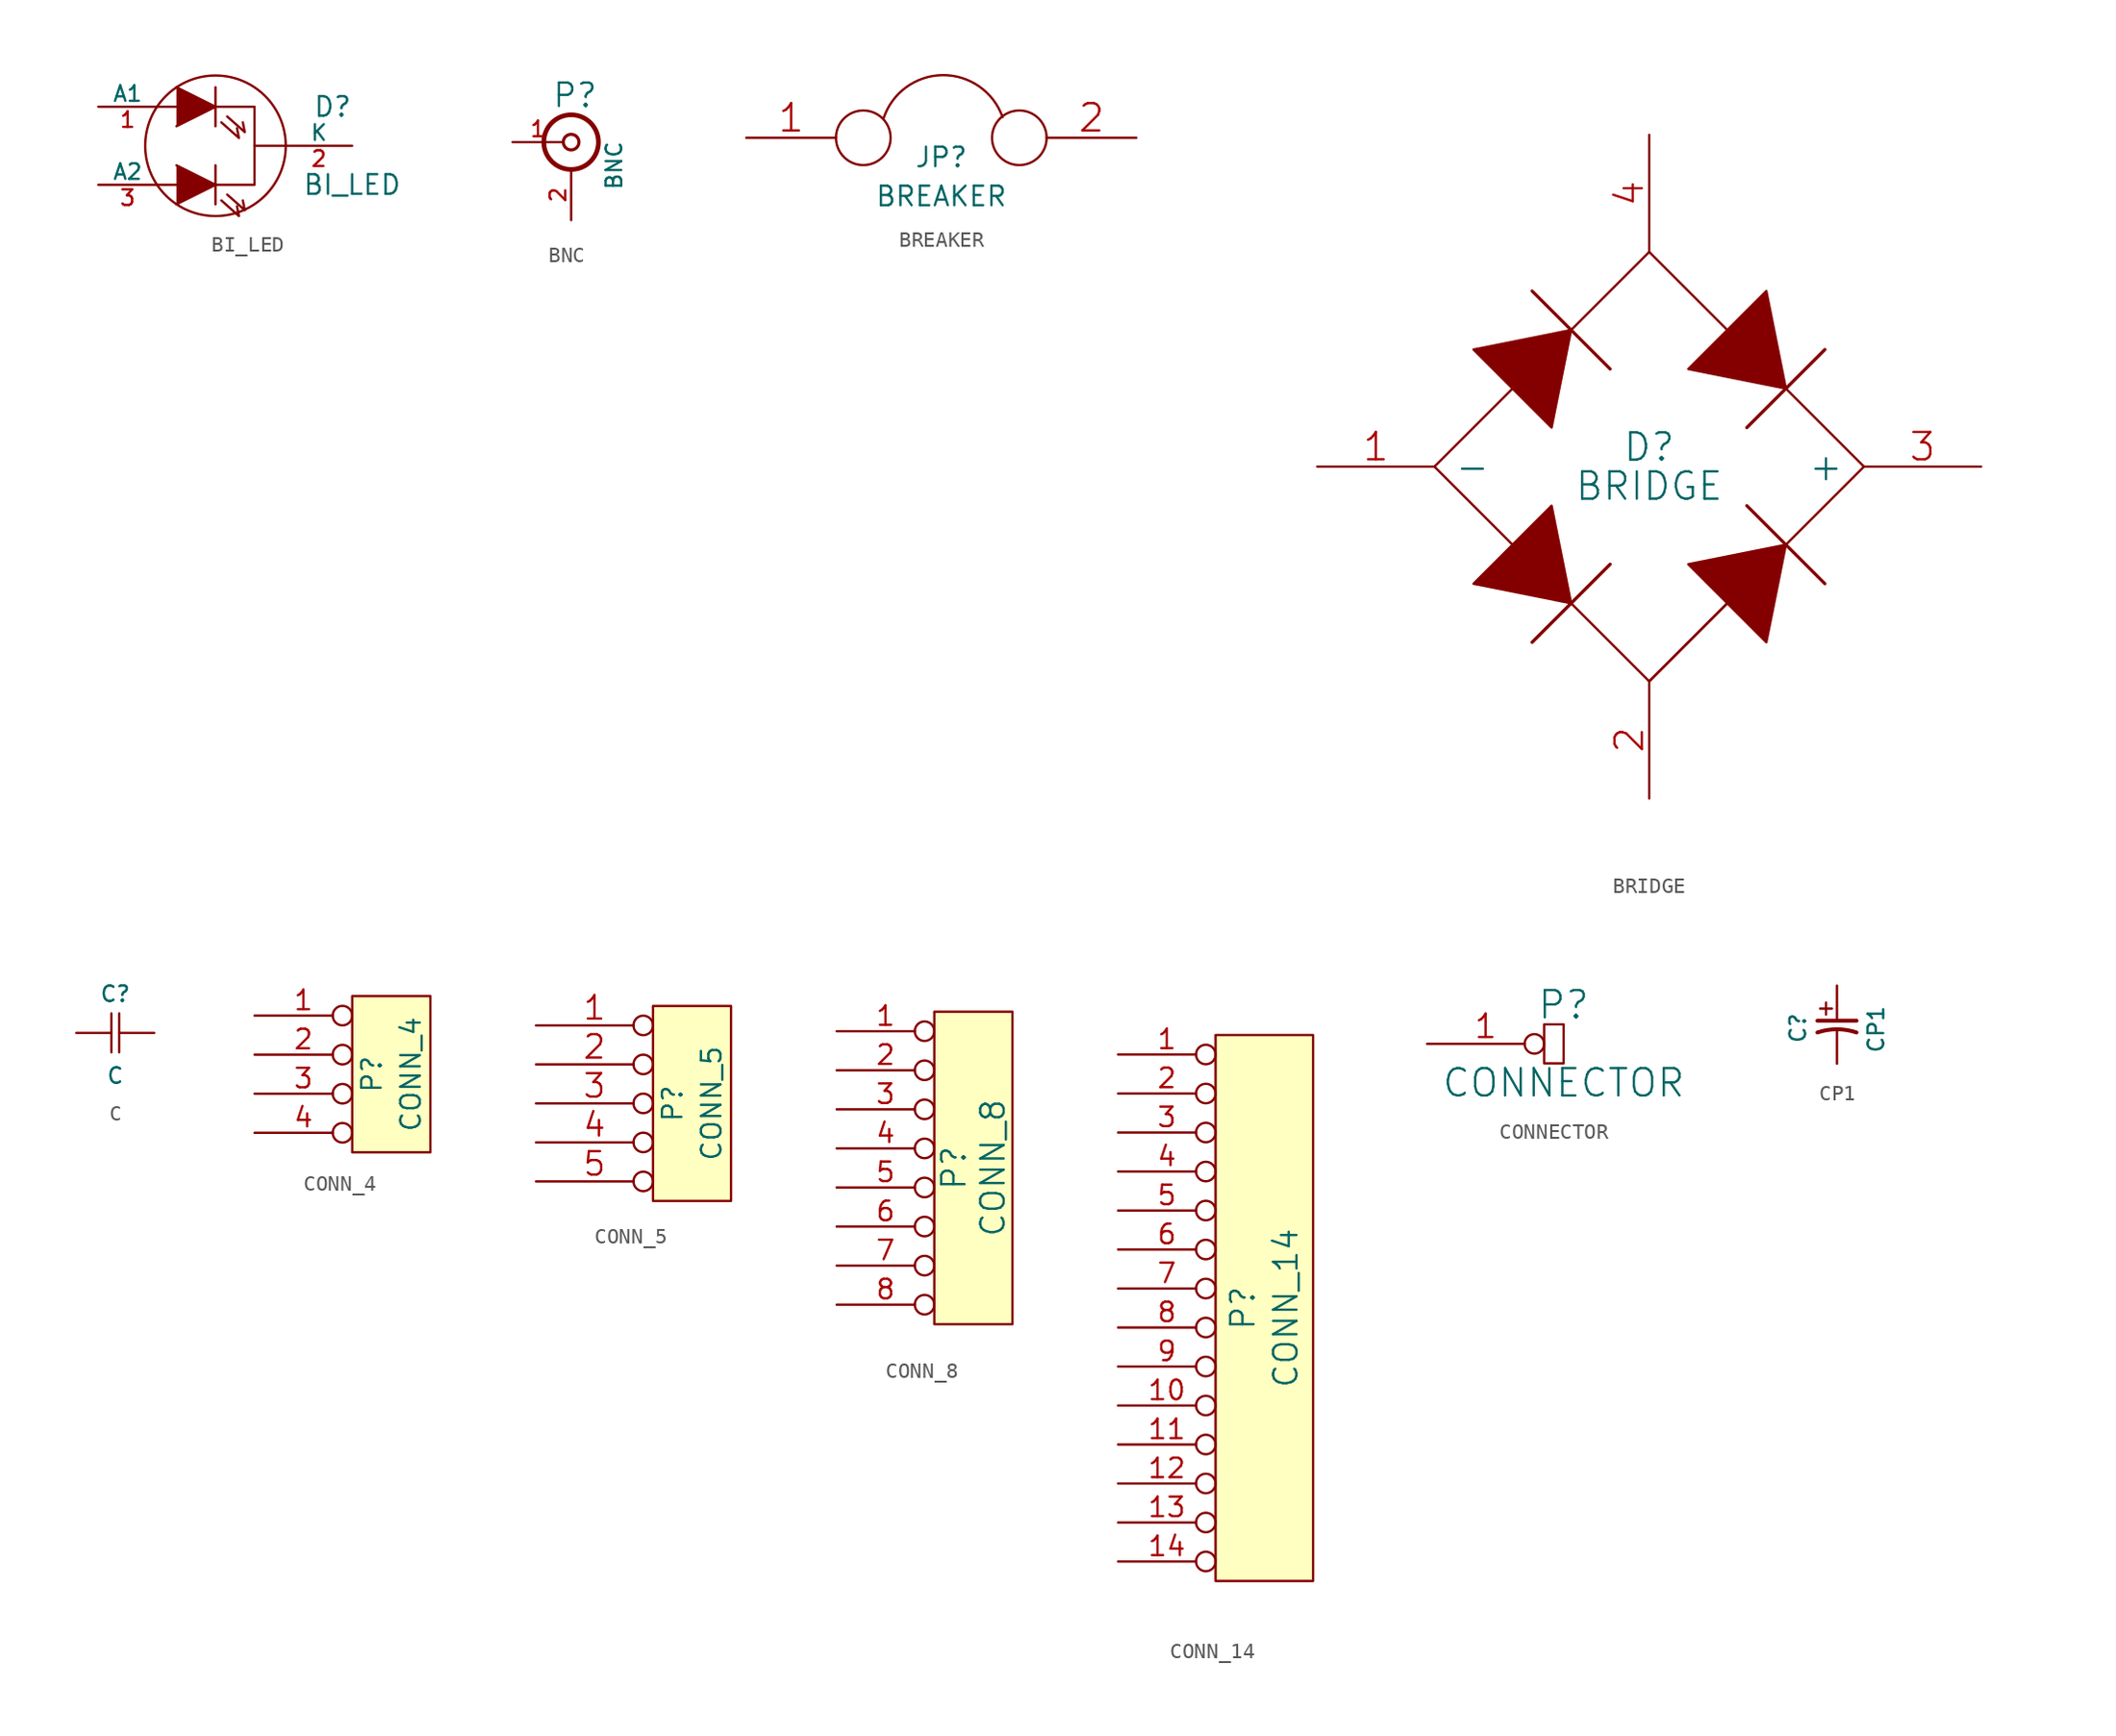
<source format=kicad_sym>
(kicad_symbol_lib
  (version 20231120)
  (generator "kicad_symbol_editor")
  (generator_version "8.0")
  (symbol "BI_LED"
    (pin_names
      (offset 0))
    (property "Reference" "D"
      (at 7.62 2.54 0)
      (effects (font (size 1.27 1.27))))
    (property "Value" "BI_LED"
      (at 8.89 -2.54 0)
      (effects (font (size 1.27 1.27))))
    (property "Footprint" ""
      (at 0 0 0)
      (effects (font (size 1.524 1.524))))
    (property "Datasheet" ""
      (at 0 0 0)
      (effects (font (size 1.524 1.524))))
    (symbol "BI_LED_0_1"
      (polyline (pts (xy -3.81 -2.54) (xy -2.54 -2.54)) (stroke (width 0) (type solid)) (fill (type none)))
      (polyline (pts (xy -3.81 2.54) (xy -2.54 2.54)) (stroke (width 0) (type solid)) (fill (type none)))
      (polyline (pts (xy 0 -1.27) (xy 0 -3.81)) (stroke (width 0) (type solid)) (fill (type none)))
      (polyline (pts (xy 0 3.81) (xy 0 1.27)) (stroke (width 0) (type solid)) (fill (type none)))
      (polyline (pts (xy 4.572 0) (xy 2.54 0)) (stroke (width 0) (type solid)) (fill (type none)))
      (polyline (pts (xy -2.54 -1.27) (xy 0 -2.54) (xy -2.54 -3.81)) (stroke (width 0) (type solid)) (fill (type outline)))
      (polyline (pts (xy -2.54 3.81) (xy 0 2.54) (xy -2.54 1.27)) (stroke (width 0) (type solid)) (fill (type outline)))
      (polyline (pts (xy 0.381 -3.556) (xy 1.524 -4.572) (xy 1.397 -3.937)) (stroke (width 0) (type solid)) (fill (type none)))
      (polyline (pts (xy 0.381 1.524) (xy 1.524 0.508) (xy 1.397 1.143)) (stroke (width 0) (type solid)) (fill (type none)))
      (polyline (pts (xy 0.762 -3.175) (xy 1.905 -4.191) (xy 1.778 -3.556)) (stroke (width 0) (type solid)) (fill (type none)))
      (polyline (pts (xy 0.762 1.905) (xy 1.905 0.889) (xy 1.778 1.524)) (stroke (width 0) (type solid)) (fill (type none)))
      (polyline (pts (xy 0 2.54) (xy 2.54 2.54) (xy 2.54 -2.54) (xy 0 -2.54)) (stroke (width 0) (type solid)) (fill (type none)))
      (circle (center 0 0) (radius 4.572) (stroke (width 0) (type solid)) (fill (type none))))
    (symbol "BI_LED_1_1"
      (pin input line (at -7.62 2.54 0) (length 3.81) (name "A1" (effects (font (size 1.016 1.016)))) (number "1" (effects (font (size 1.016 1.016)))))
      (pin input line (at 8.89 0 180) (length 4.318) (name "K" (effects (font (size 1.016 1.016)))) (number "2" (effects (font (size 1.016 1.016)))))
      (pin input line (at -7.62 -2.54 0) (length 3.81) (name "A2" (effects (font (size 1.016 1.016)))) (number "3" (effects (font (size 1.016 1.016)))))))
  (symbol "BNC"
    (pin_names
      (offset 1.016) hide)
    (property "Reference" "P"
      (at 0.254 3.048 0)
      (effects (font (size 1.524 1.524))))
    (property "Value" "BNC"
      (at 2.794 -1.524 90)
      (effects (font (size 1.016 1.016))))
    (property "Footprint" ""
      (at 0 0 0)
      (effects (font (size 1.524 1.524))))
    (property "Datasheet" ""
      (at 0 0 0)
      (effects (font (size 1.524 1.524))))
    (symbol "BNC_0_1"
      (circle (center 0 0) (radius 0.508) (stroke (width 0.203) (type solid)) (fill (type none)))
      (circle (center 0 0) (radius 1.778) (stroke (width 0.305) (type solid)) (fill (type none))))
    (symbol "BNC_1_1"
      (pin passive line (at -3.81 0 0) (length 3.302) (name "In" (effects (font (size 1.016 1.016)))) (number "1" (effects (font (size 1.016 1.016)))))
      (pin passive line (at 0 -5.08 90) (length 3.302) (name "Ext" (effects (font (size 1.016 1.016)))) (number "2" (effects (font (size 1.016 1.016)))))))
  (symbol "BREAKER"
    (pin_names
      (offset 0.254))
    (property "Reference" "JP"
      (at 0 -1.27 0)
      (effects (font (size 1.27 1.27))))
    (property "Value" "BREAKER"
      (at 0 -3.81 0)
      (effects (font (size 1.27 1.27))))
    (property "Footprint" ""
      (at 0 0 0)
      (effects (font (size 1.524 1.524))))
    (property "Datasheet" ""
      (at 0 0 0)
      (effects (font (size 1.524 1.524))))
    (symbol "BREAKER_0_1"
      (circle (center -5.08 0) (radius 1.778) (stroke (width 0) (type solid)) (fill (type none)))
      (arc (start 3.9878 1.3462) (mid 0.0697 4.0787) (end -3.7592 1.27) (stroke (width 0) (type solid)) (fill (type none)))
      (circle (center 5.08 0) (radius 1.778) (stroke (width 0) (type solid)) (fill (type none))))
    (symbol "BREAKER_1_1"
      (pin input line (at -12.7 0 0) (length 5.842) (name "~" (effects (font (size 1.778 1.778)))) (number "1" (effects (font (size 1.778 1.778)))))
      (pin input line (at 12.7 0 180) (length 5.842) (name "~" (effects (font (size 1.778 1.778)))) (number "2" (effects (font (size 1.778 1.778)))))))
  (symbol "BRIDGE"
    (pin_names
      (offset 1.27))
    (property "Reference" "D"
      (at 0 1.27 0)
      (effects (font (size 1.778 1.778))))
    (property "Value" "BRIDGE"
      (at 0 -1.27 0)
      (effects (font (size 1.778 1.778))))
    (property "Footprint" ""
      (at 0 0 0)
      (effects (font (size 1.524 1.524))))
    (property "Datasheet" ""
      (at 0 0 0)
      (effects (font (size 1.524 1.524))))
    (symbol "BRIDGE_0_0"
      (polyline (pts (xy -13.97 0) (xy -8.89 -5.08)) (stroke (width 0.152) (type solid)) (fill (type none)))
      (polyline (pts (xy -13.97 0) (xy -8.89 5.08)) (stroke (width 0.152) (type solid)) (fill (type none)))
      (polyline (pts (xy -7.62 11.43) (xy -2.54 6.35)) (stroke (width 0.203) (type solid)) (fill (type none)))
      (polyline (pts (xy -2.54 -6.35) (xy -7.62 -11.43)) (stroke (width 0) (type solid)) (fill (type none)))
      (polyline (pts (xy -2.54 -6.35) (xy -7.62 -11.43)) (stroke (width 0.203) (type solid)) (fill (type none)))
      (polyline (pts (xy 0 -13.97) (xy 5.08 -8.89)) (stroke (width 0) (type solid)) (fill (type none)))
      (polyline (pts (xy 0 -13.97) (xy 5.08 -8.89)) (stroke (width 0.152) (type solid)) (fill (type none)))
      (polyline (pts (xy 0 13.97) (xy 5.08 8.89)) (stroke (width 0.152) (type solid)) (fill (type none)))
      (polyline (pts (xy 6.35 -2.54) (xy 11.43 -7.62)) (stroke (width 0.203) (type solid)) (fill (type none)))
      (polyline (pts (xy 8.89 5.08) (xy 13.97 0)) (stroke (width 0.152) (type solid)) (fill (type none)))
      (polyline (pts (xy 11.43 7.62) (xy 6.35 2.54)) (stroke (width 0) (type solid)) (fill (type none)))
      (polyline (pts (xy 11.43 7.62) (xy 6.35 2.54)) (stroke (width 0.203) (type solid)) (fill (type none)))
      (polyline (pts (xy 13.97 0) (xy 8.89 -5.08)) (stroke (width 0.152) (type solid)) (fill (type none)))
      (polyline (pts (xy -11.43 7.62) (xy -5.08 8.89) (xy -6.35 2.54) (xy -11.43 7.62) (xy -11.43 7.62)) (stroke (width 0) (type solid)) (fill (type outline)))
      (polyline (pts (xy -6.35 -2.54) (xy -5.08 -8.89) (xy -11.43 -7.62) (xy -6.35 -2.54) (xy -6.35 -2.54)) (stroke (width 0) (type solid)) (fill (type outline)))
      (polyline (pts (xy 2.54 -6.35) (xy 8.89 -5.08) (xy 7.62 -11.43) (xy 2.54 -6.35) (xy 2.54 -6.35)) (stroke (width 0) (type solid)) (fill (type outline)))
      (polyline (pts (xy 7.62 11.43) (xy 8.89 5.08) (xy 2.54 6.35) (xy 7.62 11.43) (xy 7.62 11.43)) (stroke (width 0) (type solid)) (fill (type outline))))
    (symbol "BRIDGE_0_1"
      (polyline (pts (xy -5.08 -8.89) (xy 0 -13.97)) (stroke (width 0.152) (type solid)) (fill (type none)))
      (polyline (pts (xy -5.08 8.89) (xy 0 13.97)) (stroke (width 0.152) (type solid)) (fill (type none))))
    (symbol "BRIDGE_1_1"
      (pin input line (at -21.59 0 0) (length 7.62) (name "-" (effects (font (size 1.778 1.778)))) (number "1" (effects (font (size 1.778 1.778)))))
      (pin input line (at 0 -21.59 90) (length 7.62) (name "~" (effects (font (size 1.778 1.778)))) (number "2" (effects (font (size 1.778 1.778)))))
      (pin input line (at 21.59 0 180) (length 7.62) (name "+" (effects (font (size 1.778 1.778)))) (number "3" (effects (font (size 1.778 1.778)))))
      (pin input line (at 0 21.59 270) (length 7.62) (name "~" (effects (font (size 1.778 1.778)))) (number "4" (effects (font (size 1.778 1.778)))))))
  (symbol "C"
    (pin_numbers hide)
    (pin_names
      (offset 0.254))
    (property "Reference" "C"
      (at 0 2.54 0)
      (effects (font (size 1.016 1.016))))
    (property "Value" "C"
      (at 0 -2.794 0)
      (effects (font (size 1.016 1.016))))
    (property "Footprint" ""
      (at 0 0 0)
      (effects (font (size 1.524 1.524))))
    (property "Datasheet" ""
      (at 0 0 0)
      (effects (font (size 1.524 1.524))))
    (symbol "C_0_1"
      (polyline (pts (xy -0.254 1.27) (xy -0.254 -1.27)) (stroke (width 0) (type solid)) (fill (type none)))
      (polyline (pts (xy 0.254 1.27) (xy 0.254 -1.27)) (stroke (width 0) (type solid)) (fill (type none))))
    (symbol "C_1_1"
      (pin passive line (at -2.54 0 0) (length 2.286) (name "~" (effects (font (size 1.016 1.016)))) (number "1" (effects (font (size 1.016 1.016)))))
      (pin passive line (at 2.54 0 180) (length 2.286) (name "~" (effects (font (size 1.016 1.016)))) (number "2" (effects (font (size 1.016 1.016)))))))
  (symbol "CONN_4"
    (pin_names
      (offset 1.016) hide)
    (property "Reference" "P"
      (at -1.27 0 90)
      (effects (font (size 1.27 1.27))))
    (property "Value" "CONN_4"
      (at 1.27 0 90)
      (effects (font (size 1.27 1.27))))
    (property "Footprint" ""
      (at 0 0 0)
      (effects (font (size 1.524 1.524))))
    (property "Datasheet" ""
      (at 0 0 0)
      (effects (font (size 1.524 1.524))))
    (symbol "CONN_4_0_1"
      (rectangle (start -2.54 5.08) (end 2.54 -5.08) (stroke (width 0) (type solid)) (fill (type background))))
    (symbol "CONN_4_1_1"
      (pin passive inverted (at -8.89 3.81 0) (length 6.35) (name "P1" (effects (font (size 1.27 1.27)))) (number "1" (effects (font (size 1.27 1.27)))))
      (pin passive inverted (at -8.89 1.27 0) (length 6.35) (name "P2" (effects (font (size 1.27 1.27)))) (number "2" (effects (font (size 1.27 1.27)))))
      (pin passive inverted (at -8.89 -1.27 0) (length 6.35) (name "P3" (effects (font (size 1.27 1.27)))) (number "3" (effects (font (size 1.27 1.27)))))
      (pin passive inverted (at -8.89 -3.81 0) (length 6.35) (name "P4" (effects (font (size 1.27 1.27)))) (number "4" (effects (font (size 1.27 1.27)))))))
  (symbol "CONN_5"
    (pin_names
      (offset 1.016))
    (property "Reference" "P"
      (at -1.27 0 90)
      (effects (font (size 1.27 1.27))))
    (property "Value" "CONN_5"
      (at 1.27 0 90)
      (effects (font (size 1.27 1.27))))
    (property "Footprint" ""
      (at 0 0 0)
      (effects (font (size 1.524 1.524))))
    (property "Datasheet" ""
      (at 0 0 0)
      (effects (font (size 1.524 1.524))))
    (symbol "CONN_5_0_1"
      (rectangle (start -2.54 6.35) (end 2.54 -6.35) (stroke (width 0) (type solid)) (fill (type background))))
    (symbol "CONN_5_1_1"
      (pin passive inverted (at -10.16 5.08 0) (length 7.62) (name "~" (effects (font (size 1.524 1.524)))) (number "1" (effects (font (size 1.524 1.524)))))
      (pin passive inverted (at -10.16 2.54 0) (length 7.62) (name "~" (effects (font (size 1.524 1.524)))) (number "2" (effects (font (size 1.524 1.524)))))
      (pin passive inverted (at -10.16 0 0) (length 7.62) (name "~" (effects (font (size 1.524 1.524)))) (number "3" (effects (font (size 1.524 1.524)))))
      (pin passive inverted (at -10.16 -2.54 0) (length 7.62) (name "~" (effects (font (size 1.524 1.524)))) (number "4" (effects (font (size 1.524 1.524)))))
      (pin passive inverted (at -10.16 -5.08 0) (length 7.62) (name "~" (effects (font (size 1.524 1.524)))) (number "5" (effects (font (size 1.524 1.524)))))))
  (symbol "CONN_8"
    (pin_names
      (offset 1.016) hide)
    (property "Reference" "P"
      (at -1.27 0 90)
      (effects (font (size 1.524 1.524))))
    (property "Value" "CONN_8"
      (at 1.27 0 90)
      (effects (font (size 1.524 1.524))))
    (property "Footprint" ""
      (at 0 0 0)
      (effects (font (size 1.524 1.524))))
    (property "Datasheet" ""
      (at 0 0 0)
      (effects (font (size 1.524 1.524))))
    (symbol "CONN_8_0_1"
      (rectangle (start -2.54 10.16) (end 2.54 -10.16) (stroke (width 0) (type solid)) (fill (type background))))
    (symbol "CONN_8_1_1"
      (pin passive inverted (at -8.89 8.89 0) (length 6.35) (name "P1" (effects (font (size 1.27 1.27)))) (number "1" (effects (font (size 1.27 1.27)))))
      (pin passive inverted (at -8.89 6.35 0) (length 6.35) (name "P2" (effects (font (size 1.27 1.27)))) (number "2" (effects (font (size 1.27 1.27)))))
      (pin passive inverted (at -8.89 3.81 0) (length 6.35) (name "P3" (effects (font (size 1.27 1.27)))) (number "3" (effects (font (size 1.27 1.27)))))
      (pin passive inverted (at -8.89 1.27 0) (length 6.35) (name "P4" (effects (font (size 1.27 1.27)))) (number "4" (effects (font (size 1.27 1.27)))))
      (pin passive inverted (at -8.89 -1.27 0) (length 6.35) (name "P5" (effects (font (size 1.27 1.27)))) (number "5" (effects (font (size 1.27 1.27)))))
      (pin passive inverted (at -8.89 -3.81 0) (length 6.35) (name "P6" (effects (font (size 1.27 1.27)))) (number "6" (effects (font (size 1.27 1.27)))))
      (pin passive inverted (at -8.89 -6.35 0) (length 6.35) (name "P7" (effects (font (size 1.27 1.27)))) (number "7" (effects (font (size 1.27 1.27)))))
      (pin passive inverted (at -8.89 -8.89 0) (length 6.35) (name "P8" (effects (font (size 1.27 1.27)))) (number "8" (effects (font (size 1.27 1.27)))))))
  (symbol "CONN_14"
    (pin_names
      (offset 1.016) hide)
    (property "Reference" "P"
      (at -0.762 0 90)
      (effects (font (size 1.524 1.524))))
    (property "Value" "CONN_14"
      (at 2.032 0 90)
      (effects (font (size 1.524 1.524))))
    (property "Footprint" ""
      (at 0 0 0)
      (effects (font (size 1.524 1.524))))
    (property "Datasheet" ""
      (at 0 0 0)
      (effects (font (size 1.524 1.524))))
    (symbol "CONN_14_0_1"
      (rectangle (start -2.54 17.78) (end 3.81 -17.78) (stroke (width 0) (type solid)) (fill (type background))))
    (symbol "CONN_14_1_1"
      (pin passive inverted (at -8.89 16.51 0) (length 6.35) (name "P1" (effects (font (size 1.27 1.27)))) (number "1" (effects (font (size 1.27 1.27)))))
      (pin passive inverted (at -8.89 -6.35 0) (length 6.35) (name "P10" (effects (font (size 1.27 1.27)))) (number "10" (effects (font (size 1.27 1.27)))))
      (pin passive inverted (at -8.89 -8.89 0) (length 6.35) (name "P11" (effects (font (size 1.27 1.27)))) (number "11" (effects (font (size 1.27 1.27)))))
      (pin passive inverted (at -8.89 -11.43 0) (length 6.35) (name "P12" (effects (font (size 1.27 1.27)))) (number "12" (effects (font (size 1.27 1.27)))))
      (pin passive inverted (at -8.89 -13.97 0) (length 6.35) (name "P13" (effects (font (size 1.27 1.27)))) (number "13" (effects (font (size 1.27 1.27)))))
      (pin passive inverted (at -8.89 -16.51 0) (length 6.35) (name "P14" (effects (font (size 1.27 1.27)))) (number "14" (effects (font (size 1.27 1.27)))))
      (pin passive inverted (at -8.89 13.97 0) (length 6.35) (name "P2" (effects (font (size 1.27 1.27)))) (number "2" (effects (font (size 1.27 1.27)))))
      (pin passive inverted (at -8.89 11.43 0) (length 6.35) (name "P3" (effects (font (size 1.27 1.27)))) (number "3" (effects (font (size 1.27 1.27)))))
      (pin passive inverted (at -8.89 8.89 0) (length 6.35) (name "P4" (effects (font (size 1.27 1.27)))) (number "4" (effects (font (size 1.27 1.27)))))
      (pin passive inverted (at -8.89 6.35 0) (length 6.35) (name "P5" (effects (font (size 1.27 1.27)))) (number "5" (effects (font (size 1.27 1.27)))))
      (pin passive inverted (at -8.89 3.81 0) (length 6.35) (name "P6" (effects (font (size 1.27 1.27)))) (number "6" (effects (font (size 1.27 1.27)))))
      (pin passive inverted (at -8.89 1.27 0) (length 6.35) (name "P7" (effects (font (size 1.27 1.27)))) (number "7" (effects (font (size 1.27 1.27)))))
      (pin passive inverted (at -8.89 -1.27 0) (length 6.35) (name "P8" (effects (font (size 1.27 1.27)))) (number "8" (effects (font (size 1.27 1.27)))))
      (pin passive inverted (at -8.89 -3.81 0) (length 6.35) (name "P9" (effects (font (size 1.27 1.27)))) (number "9" (effects (font (size 1.27 1.27)))))))
  (symbol "CONNECTOR"
    (pin_names
      (offset 1.016) hide)
    (property "Reference" "P"
      (at 8.89 2.54 0)
      (effects (font (size 1.778 1.778))))
    (property "Value" "CONNECTOR"
      (at 8.89 -2.54 0)
      (effects (font (size 1.778 1.778))))
    (property "Footprint" ""
      (at 0 0 0)
      (effects (font (size 1.524 1.524))))
    (property "Datasheet" ""
      (at 0 0 0)
      (effects (font (size 1.524 1.524))))
    (symbol "CONNECTOR_0_1"
      (rectangle (start 7.62 1.27) (end 8.89 -1.27) (stroke (width 0) (type solid)) (fill (type none))))
    (symbol "CONNECTOR_1_1"
      (pin passive inverted (at 0 0 0) (length 7.62) (name "W" (effects (font (size 1.524 1.524)))) (number "1" (effects (font (size 1.524 1.524)))))))
  (symbol "CP1"
    (pin_numbers hide)
    (pin_names
      (offset 0.254) hide)
    (property "Reference" "C"
      (at -2.54 -1.27 90)
      (effects (font (size 1.016 1.016)) (justify left)))
    (property "Value" "CP1"
      (at 2.54 -1.905 90)
      (effects (font (size 1.016 1.016)) (justify left)))
    (property "Footprint" ""
      (at 0 0 0)
      (effects (font (size 1.524 1.524))))
    (property "Datasheet" ""
      (at 0 0 0)
      (effects (font (size 1.524 1.524))))
    (symbol "CP1_0_0"
      (text "+" (at -0.711 1.118 0) (effects (font (size 1.016 1.016)))))
    (symbol "CP1_0_1"
      (polyline (pts (xy -1.27 0.254) (xy 1.27 0.254) (xy 1.27 0.254)) (stroke (width 0.254) (type solid)) (fill (type none)))
      (arc (start 1.27 -0.508) (mid 0 -0.3006) (end -1.27 -0.508) (stroke (width 0.254) (type solid)) (fill (type none))))
    (symbol "CP1_1_1"
      (pin passive line (at 0 2.54 270) (length 2.286) (name "~" (effects (font (size 1.016 1.016)))) (number "1" (effects (font (size 1.016 1.016)))))
      (pin passive line (at 0 -2.54 90) (length 2.286) (name "~" (effects (font (size 1.016 1.016)))) (number "2" (effects (font (size 1.016 1.016))))))))
</source>
